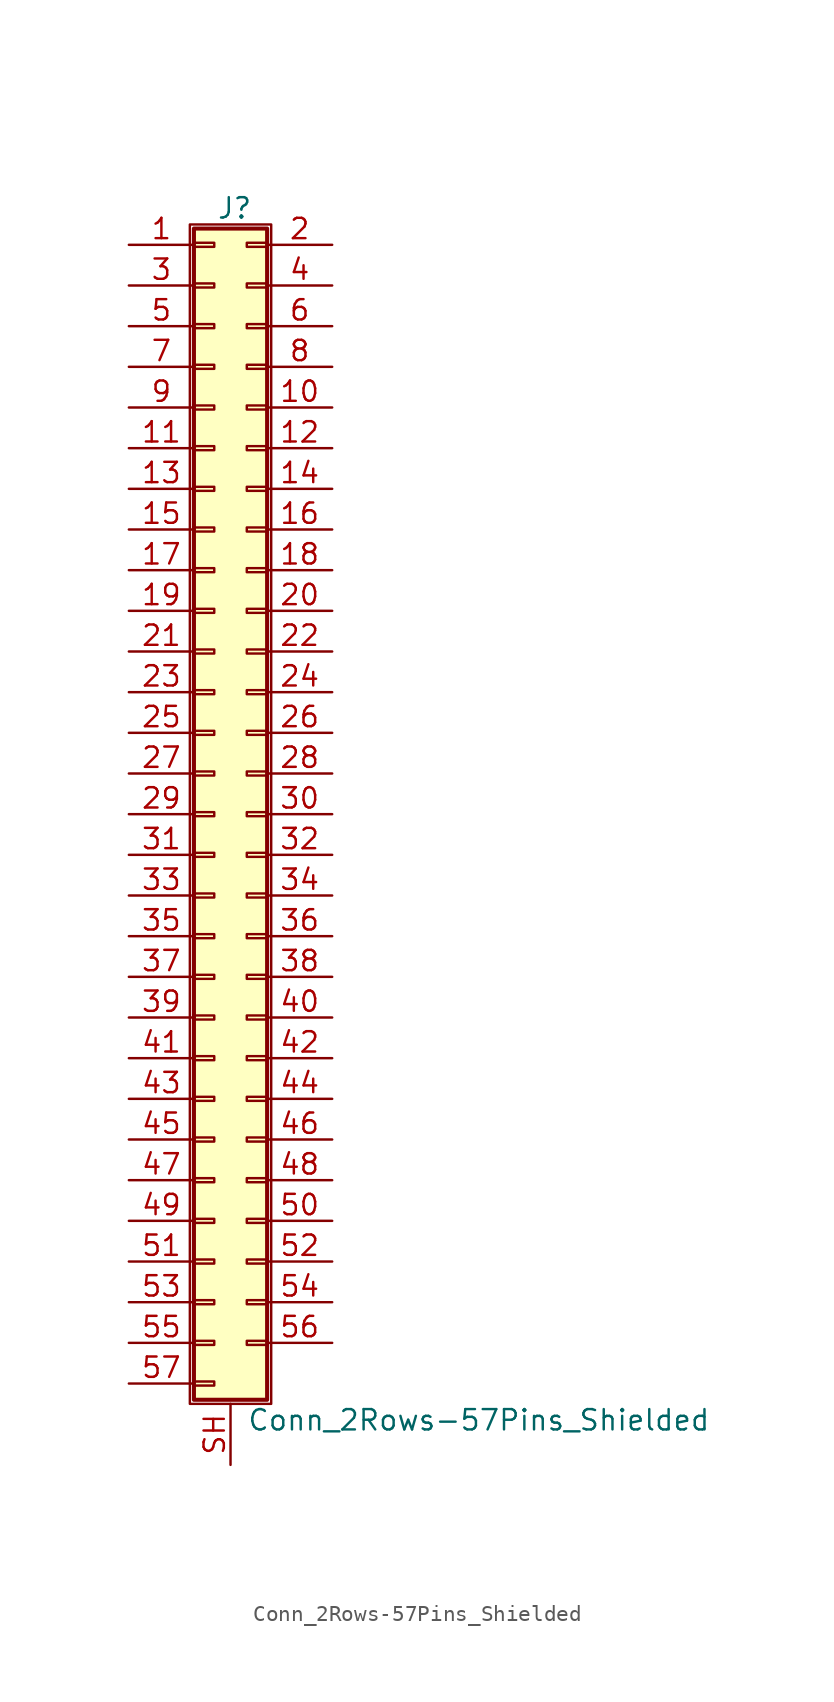
<source format=kicad_sym>
(kicad_symbol_lib
  (version 20200908)
  (generator kicad_symbol_editor)
  (symbol "Connector_Generic_Shielded:Conn_2Rows-57Pins_Shielded"
    (pin_names
      (offset 1.016) hide)
    (property "Reference" "J"
      (at 1.524 37.846 0)
      (effects (font (size 1.27 1.27))))
    (property "Value" "Conn_2Rows-57Pins_Shielded"
      (at 2.286 -37.846 0)
      (effects (font (size 1.27 1.27)) (justify left)))
    (symbol "Conn_2Rows-57Pins_Shielded_1_1"
      (rectangle (start -1.016 -27.813) (end 0.254 -28.067) (stroke (width 0.152)) (fill (type none)))
      (rectangle (start -1.016 -30.353) (end 0.254 -30.607) (stroke (width 0.152)) (fill (type none)))
      (rectangle (start -1.016 -32.893) (end 0.254 -33.147) (stroke (width 0.152)) (fill (type none)))
      (rectangle (start -1.016 -35.433) (end 0.254 -35.687) (stroke (width 0.152)) (fill (type none)))
      (rectangle (start -1.016 -4.953) (end 0.254 -5.207) (stroke (width 0.152)) (fill (type none)))
      (rectangle (start -1.016 -7.493) (end 0.254 -7.747) (stroke (width 0.152)) (fill (type none)))
      (rectangle (start -1.016 -10.033) (end 0.254 -10.287) (stroke (width 0.152)) (fill (type none)))
      (rectangle (start -1.016 -12.573) (end 0.254 -12.827) (stroke (width 0.152)) (fill (type none)))
      (rectangle (start -1.016 -15.113) (end 0.254 -15.367) (stroke (width 0.152)) (fill (type none)))
      (rectangle (start -1.016 -17.653) (end 0.254 -17.907) (stroke (width 0.152)) (fill (type none)))
      (rectangle (start -1.016 -20.193) (end 0.254 -20.447) (stroke (width 0.152)) (fill (type none)))
      (rectangle (start -1.016 -22.733) (end 0.254 -22.987) (stroke (width 0.152)) (fill (type none)))
      (rectangle (start -1.016 -2.413) (end 0.254 -2.667) (stroke (width 0.152)) (fill (type none)))
      (rectangle (start -1.016 -25.273) (end 0.254 -25.527) (stroke (width 0.152)) (fill (type none)))
      (rectangle (start -1.016 25.527) (end 0.254 25.273) (stroke (width 0.152)) (fill (type none)))
      (rectangle (start -1.016 2.667) (end 0.254 2.413) (stroke (width 0.152)) (fill (type none)))
      (rectangle (start -1.016 28.067) (end 0.254 27.813) (stroke (width 0.152)) (fill (type none)))
      (rectangle (start -1.016 30.607) (end 0.254 30.353) (stroke (width 0.152)) (fill (type none)))
      (rectangle (start -1.016 33.147) (end 0.254 32.893) (stroke (width 0.152)) (fill (type none)))
      (rectangle (start -1.016 35.687) (end 0.254 35.433) (stroke (width 0.152)) (fill (type none)))
      (rectangle (start -1.016 36.576) (end 3.556 -36.576) (stroke (width 0.254)) (fill (type background)))
      (rectangle (start -1.016 5.207) (end 0.254 4.953) (stroke (width 0.152)) (fill (type none)))
      (rectangle (start -1.016 7.747) (end 0.254 7.493) (stroke (width 0.152)) (fill (type none)))
      (rectangle (start -1.016 10.287) (end 0.254 10.033) (stroke (width 0.152)) (fill (type none)))
      (rectangle (start -1.016 0.127) (end 0.254 -0.127) (stroke (width 0.152)) (fill (type none)))
      (rectangle (start -1.016 12.827) (end 0.254 12.573) (stroke (width 0.152)) (fill (type none)))
      (rectangle (start -1.016 15.367) (end 0.254 15.113) (stroke (width 0.152)) (fill (type none)))
      (rectangle (start -1.016 17.907) (end 0.254 17.653) (stroke (width 0.152)) (fill (type none)))
      (rectangle (start -1.016 20.447) (end 0.254 20.193) (stroke (width 0.152)) (fill (type none)))
      (rectangle (start -1.016 22.987) (end 0.254 22.733) (stroke (width 0.152)) (fill (type none)))
      (rectangle (start -1.27 36.83) (end 3.81 -36.83) (stroke (width 0.152)) (fill (type none)))
      (rectangle (start 3.556 -27.813) (end 2.286 -28.067) (stroke (width 0.152)) (fill (type none)))
      (rectangle (start 3.556 -30.353) (end 2.286 -30.607) (stroke (width 0.152)) (fill (type none)))
      (rectangle (start 3.556 -32.893) (end 2.286 -33.147) (stroke (width 0.152)) (fill (type none)))
      (rectangle (start 3.556 -4.953) (end 2.286 -5.207) (stroke (width 0.152)) (fill (type none)))
      (rectangle (start 3.556 -7.493) (end 2.286 -7.747) (stroke (width 0.152)) (fill (type none)))
      (rectangle (start 3.556 -10.033) (end 2.286 -10.287) (stroke (width 0.152)) (fill (type none)))
      (rectangle (start 3.556 -12.573) (end 2.286 -12.827) (stroke (width 0.152)) (fill (type none)))
      (rectangle (start 3.556 -15.113) (end 2.286 -15.367) (stroke (width 0.152)) (fill (type none)))
      (rectangle (start 3.556 -17.653) (end 2.286 -17.907) (stroke (width 0.152)) (fill (type none)))
      (rectangle (start 3.556 -20.193) (end 2.286 -20.447) (stroke (width 0.152)) (fill (type none)))
      (rectangle (start 3.556 -22.733) (end 2.286 -22.987) (stroke (width 0.152)) (fill (type none)))
      (rectangle (start 3.556 -2.413) (end 2.286 -2.667) (stroke (width 0.152)) (fill (type none)))
      (rectangle (start 3.556 -25.273) (end 2.286 -25.527) (stroke (width 0.152)) (fill (type none)))
      (rectangle (start 3.556 25.527) (end 2.286 25.273) (stroke (width 0.152)) (fill (type none)))
      (rectangle (start 3.556 2.667) (end 2.286 2.413) (stroke (width 0.152)) (fill (type none)))
      (rectangle (start 3.556 28.067) (end 2.286 27.813) (stroke (width 0.152)) (fill (type none)))
      (rectangle (start 3.556 30.607) (end 2.286 30.353) (stroke (width 0.152)) (fill (type none)))
      (rectangle (start 3.556 33.147) (end 2.286 32.893) (stroke (width 0.152)) (fill (type none)))
      (rectangle (start 3.556 35.687) (end 2.286 35.433) (stroke (width 0.152)) (fill (type none)))
      (rectangle (start 3.556 5.207) (end 2.286 4.953) (stroke (width 0.152)) (fill (type none)))
      (rectangle (start 3.556 7.747) (end 2.286 7.493) (stroke (width 0.152)) (fill (type none)))
      (rectangle (start 3.556 10.287) (end 2.286 10.033) (stroke (width 0.152)) (fill (type none)))
      (rectangle (start 3.556 0.127) (end 2.286 -0.127) (stroke (width 0.152)) (fill (type none)))
      (rectangle (start 3.556 12.827) (end 2.286 12.573) (stroke (width 0.152)) (fill (type none)))
      (rectangle (start 3.556 15.367) (end 2.286 15.113) (stroke (width 0.152)) (fill (type none)))
      (rectangle (start 3.556 17.907) (end 2.286 17.653) (stroke (width 0.152)) (fill (type none)))
      (rectangle (start 3.556 20.447) (end 2.286 20.193) (stroke (width 0.152)) (fill (type none)))
      (rectangle (start 3.556 22.987) (end 2.286 22.733) (stroke (width 0.152)) (fill (type none)))
      (pin passive line (at -5.08 35.56 0) (length 4.064) (name "Pin_1" (effects (font (size 1.27 1.27)))) (number "1" (effects (font (size 1.27 1.27)))))
      (pin passive line (at 7.62 25.4 180) (length 4.064) (name "Pin_10" (effects (font (size 1.27 1.27)))) (number "10" (effects (font (size 1.27 1.27)))))
      (pin passive line (at -5.08 22.86 0) (length 4.064) (name "Pin_11" (effects (font (size 1.27 1.27)))) (number "11" (effects (font (size 1.27 1.27)))))
      (pin passive line (at 7.62 22.86 180) (length 4.064) (name "Pin_12" (effects (font (size 1.27 1.27)))) (number "12" (effects (font (size 1.27 1.27)))))
      (pin passive line (at -5.08 20.32 0) (length 4.064) (name "Pin_13" (effects (font (size 1.27 1.27)))) (number "13" (effects (font (size 1.27 1.27)))))
      (pin passive line (at 7.62 20.32 180) (length 4.064) (name "Pin_14" (effects (font (size 1.27 1.27)))) (number "14" (effects (font (size 1.27 1.27)))))
      (pin passive line (at -5.08 17.78 0) (length 4.064) (name "Pin_15" (effects (font (size 1.27 1.27)))) (number "15" (effects (font (size 1.27 1.27)))))
      (pin passive line (at 7.62 17.78 180) (length 4.064) (name "Pin_16" (effects (font (size 1.27 1.27)))) (number "16" (effects (font (size 1.27 1.27)))))
      (pin passive line (at -5.08 15.24 0) (length 4.064) (name "Pin_17" (effects (font (size 1.27 1.27)))) (number "17" (effects (font (size 1.27 1.27)))))
      (pin passive line (at 7.62 15.24 180) (length 4.064) (name "Pin_18" (effects (font (size 1.27 1.27)))) (number "18" (effects (font (size 1.27 1.27)))))
      (pin passive line (at -5.08 12.7 0) (length 4.064) (name "Pin_19" (effects (font (size 1.27 1.27)))) (number "19" (effects (font (size 1.27 1.27)))))
      (pin passive line (at 7.62 35.56 180) (length 4.064) (name "Pin_2" (effects (font (size 1.27 1.27)))) (number "2" (effects (font (size 1.27 1.27)))))
      (pin passive line (at 7.62 12.7 180) (length 4.064) (name "Pin_20" (effects (font (size 1.27 1.27)))) (number "20" (effects (font (size 1.27 1.27)))))
      (pin passive line (at -5.08 10.16 0) (length 4.064) (name "Pin_21" (effects (font (size 1.27 1.27)))) (number "21" (effects (font (size 1.27 1.27)))))
      (pin passive line (at 7.62 10.16 180) (length 4.064) (name "Pin_22" (effects (font (size 1.27 1.27)))) (number "22" (effects (font (size 1.27 1.27)))))
      (pin passive line (at -5.08 7.62 0) (length 4.064) (name "Pin_23" (effects (font (size 1.27 1.27)))) (number "23" (effects (font (size 1.27 1.27)))))
      (pin passive line (at 7.62 7.62 180) (length 4.064) (name "Pin_24" (effects (font (size 1.27 1.27)))) (number "24" (effects (font (size 1.27 1.27)))))
      (pin passive line (at -5.08 5.08 0) (length 4.064) (name "Pin_25" (effects (font (size 1.27 1.27)))) (number "25" (effects (font (size 1.27 1.27)))))
      (pin passive line (at 7.62 5.08 180) (length 4.064) (name "Pin_26" (effects (font (size 1.27 1.27)))) (number "26" (effects (font (size 1.27 1.27)))))
      (pin passive line (at -5.08 2.54 0) (length 4.064) (name "Pin_27" (effects (font (size 1.27 1.27)))) (number "27" (effects (font (size 1.27 1.27)))))
      (pin passive line (at 7.62 2.54 180) (length 4.064) (name "Pin_28" (effects (font (size 1.27 1.27)))) (number "28" (effects (font (size 1.27 1.27)))))
      (pin passive line (at -5.08 0 0) (length 4.064) (name "Pin_29" (effects (font (size 1.27 1.27)))) (number "29" (effects (font (size 1.27 1.27)))))
      (pin passive line (at -5.08 33.02 0) (length 4.064) (name "Pin_3" (effects (font (size 1.27 1.27)))) (number "3" (effects (font (size 1.27 1.27)))))
      (pin passive line (at 7.62 0 180) (length 4.064) (name "Pin_30" (effects (font (size 1.27 1.27)))) (number "30" (effects (font (size 1.27 1.27)))))
      (pin passive line (at -5.08 -2.54 0) (length 4.064) (name "Pin_31" (effects (font (size 1.27 1.27)))) (number "31" (effects (font (size 1.27 1.27)))))
      (pin passive line (at 7.62 -2.54 180) (length 4.064) (name "Pin_32" (effects (font (size 1.27 1.27)))) (number "32" (effects (font (size 1.27 1.27)))))
      (pin passive line (at -5.08 -5.08 0) (length 4.064) (name "Pin_33" (effects (font (size 1.27 1.27)))) (number "33" (effects (font (size 1.27 1.27)))))
      (pin passive line (at 7.62 -5.08 180) (length 4.064) (name "Pin_34" (effects (font (size 1.27 1.27)))) (number "34" (effects (font (size 1.27 1.27)))))
      (pin passive line (at -5.08 -7.62 0) (length 4.064) (name "Pin_35" (effects (font (size 1.27 1.27)))) (number "35" (effects (font (size 1.27 1.27)))))
      (pin passive line (at 7.62 -7.62 180) (length 4.064) (name "Pin_36" (effects (font (size 1.27 1.27)))) (number "36" (effects (font (size 1.27 1.27)))))
      (pin passive line (at -5.08 -10.16 0) (length 4.064) (name "Pin_37" (effects (font (size 1.27 1.27)))) (number "37" (effects (font (size 1.27 1.27)))))
      (pin passive line (at 7.62 -10.16 180) (length 4.064) (name "Pin_38" (effects (font (size 1.27 1.27)))) (number "38" (effects (font (size 1.27 1.27)))))
      (pin passive line (at -5.08 -12.7 0) (length 4.064) (name "Pin_39" (effects (font (size 1.27 1.27)))) (number "39" (effects (font (size 1.27 1.27)))))
      (pin passive line (at 7.62 33.02 180) (length 4.064) (name "Pin_4" (effects (font (size 1.27 1.27)))) (number "4" (effects (font (size 1.27 1.27)))))
      (pin passive line (at 7.62 -12.7 180) (length 4.064) (name "Pin_40" (effects (font (size 1.27 1.27)))) (number "40" (effects (font (size 1.27 1.27)))))
      (pin passive line (at -5.08 -15.24 0) (length 4.064) (name "Pin_41" (effects (font (size 1.27 1.27)))) (number "41" (effects (font (size 1.27 1.27)))))
      (pin passive line (at 7.62 -15.24 180) (length 4.064) (name "Pin_42" (effects (font (size 1.27 1.27)))) (number "42" (effects (font (size 1.27 1.27)))))
      (pin passive line (at -5.08 -17.78 0) (length 4.064) (name "Pin_43" (effects (font (size 1.27 1.27)))) (number "43" (effects (font (size 1.27 1.27)))))
      (pin passive line (at 7.62 -17.78 180) (length 4.064) (name "Pin_44" (effects (font (size 1.27 1.27)))) (number "44" (effects (font (size 1.27 1.27)))))
      (pin passive line (at -5.08 -20.32 0) (length 4.064) (name "Pin_45" (effects (font (size 1.27 1.27)))) (number "45" (effects (font (size 1.27 1.27)))))
      (pin passive line (at 7.62 -20.32 180) (length 4.064) (name "Pin_46" (effects (font (size 1.27 1.27)))) (number "46" (effects (font (size 1.27 1.27)))))
      (pin passive line (at -5.08 -22.86 0) (length 4.064) (name "Pin_47" (effects (font (size 1.27 1.27)))) (number "47" (effects (font (size 1.27 1.27)))))
      (pin passive line (at 7.62 -22.86 180) (length 4.064) (name "Pin_48" (effects (font (size 1.27 1.27)))) (number "48" (effects (font (size 1.27 1.27)))))
      (pin passive line (at -5.08 -25.4 0) (length 4.064) (name "Pin_49" (effects (font (size 1.27 1.27)))) (number "49" (effects (font (size 1.27 1.27)))))
      (pin passive line (at -5.08 30.48 0) (length 4.064) (name "Pin_5" (effects (font (size 1.27 1.27)))) (number "5" (effects (font (size 1.27 1.27)))))
      (pin passive line (at 7.62 -25.4 180) (length 4.064) (name "Pin_50" (effects (font (size 1.27 1.27)))) (number "50" (effects (font (size 1.27 1.27)))))
      (pin passive line (at -5.08 -27.94 0) (length 4.064) (name "Pin_51" (effects (font (size 1.27 1.27)))) (number "51" (effects (font (size 1.27 1.27)))))
      (pin passive line (at 7.62 -27.94 180) (length 4.064) (name "Pin_52" (effects (font (size 1.27 1.27)))) (number "52" (effects (font (size 1.27 1.27)))))
      (pin passive line (at -5.08 -30.48 0) (length 4.064) (name "Pin_53" (effects (font (size 1.27 1.27)))) (number "53" (effects (font (size 1.27 1.27)))))
      (pin passive line (at 7.62 -30.48 180) (length 4.064) (name "Pin_54" (effects (font (size 1.27 1.27)))) (number "54" (effects (font (size 1.27 1.27)))))
      (pin passive line (at -5.08 -33.02 0) (length 4.064) (name "Pin_55" (effects (font (size 1.27 1.27)))) (number "55" (effects (font (size 1.27 1.27)))))
      (pin passive line (at 7.62 -33.02 180) (length 4.064) (name "Pin_56" (effects (font (size 1.27 1.27)))) (number "56" (effects (font (size 1.27 1.27)))))
      (pin passive line (at -5.08 -35.56 0) (length 4.064) (name "Pin_57" (effects (font (size 1.27 1.27)))) (number "57" (effects (font (size 1.27 1.27)))))
      (pin passive line (at 7.62 30.48 180) (length 4.064) (name "Pin_6" (effects (font (size 1.27 1.27)))) (number "6" (effects (font (size 1.27 1.27)))))
      (pin passive line (at -5.08 27.94 0) (length 4.064) (name "Pin_7" (effects (font (size 1.27 1.27)))) (number "7" (effects (font (size 1.27 1.27)))))
      (pin passive line (at 7.62 27.94 180) (length 4.064) (name "Pin_8" (effects (font (size 1.27 1.27)))) (number "8" (effects (font (size 1.27 1.27)))))
      (pin passive line (at -5.08 25.4 0) (length 4.064) (name "Pin_9" (effects (font (size 1.27 1.27)))) (number "9" (effects (font (size 1.27 1.27)))))
      (pin passive line (at 1.27 -40.64 90) (length 3.81) (name "Shield" (effects (font (size 1.27 1.27)))) (number "SH" (effects (font (size 1.27 1.27))))))))
</source>
